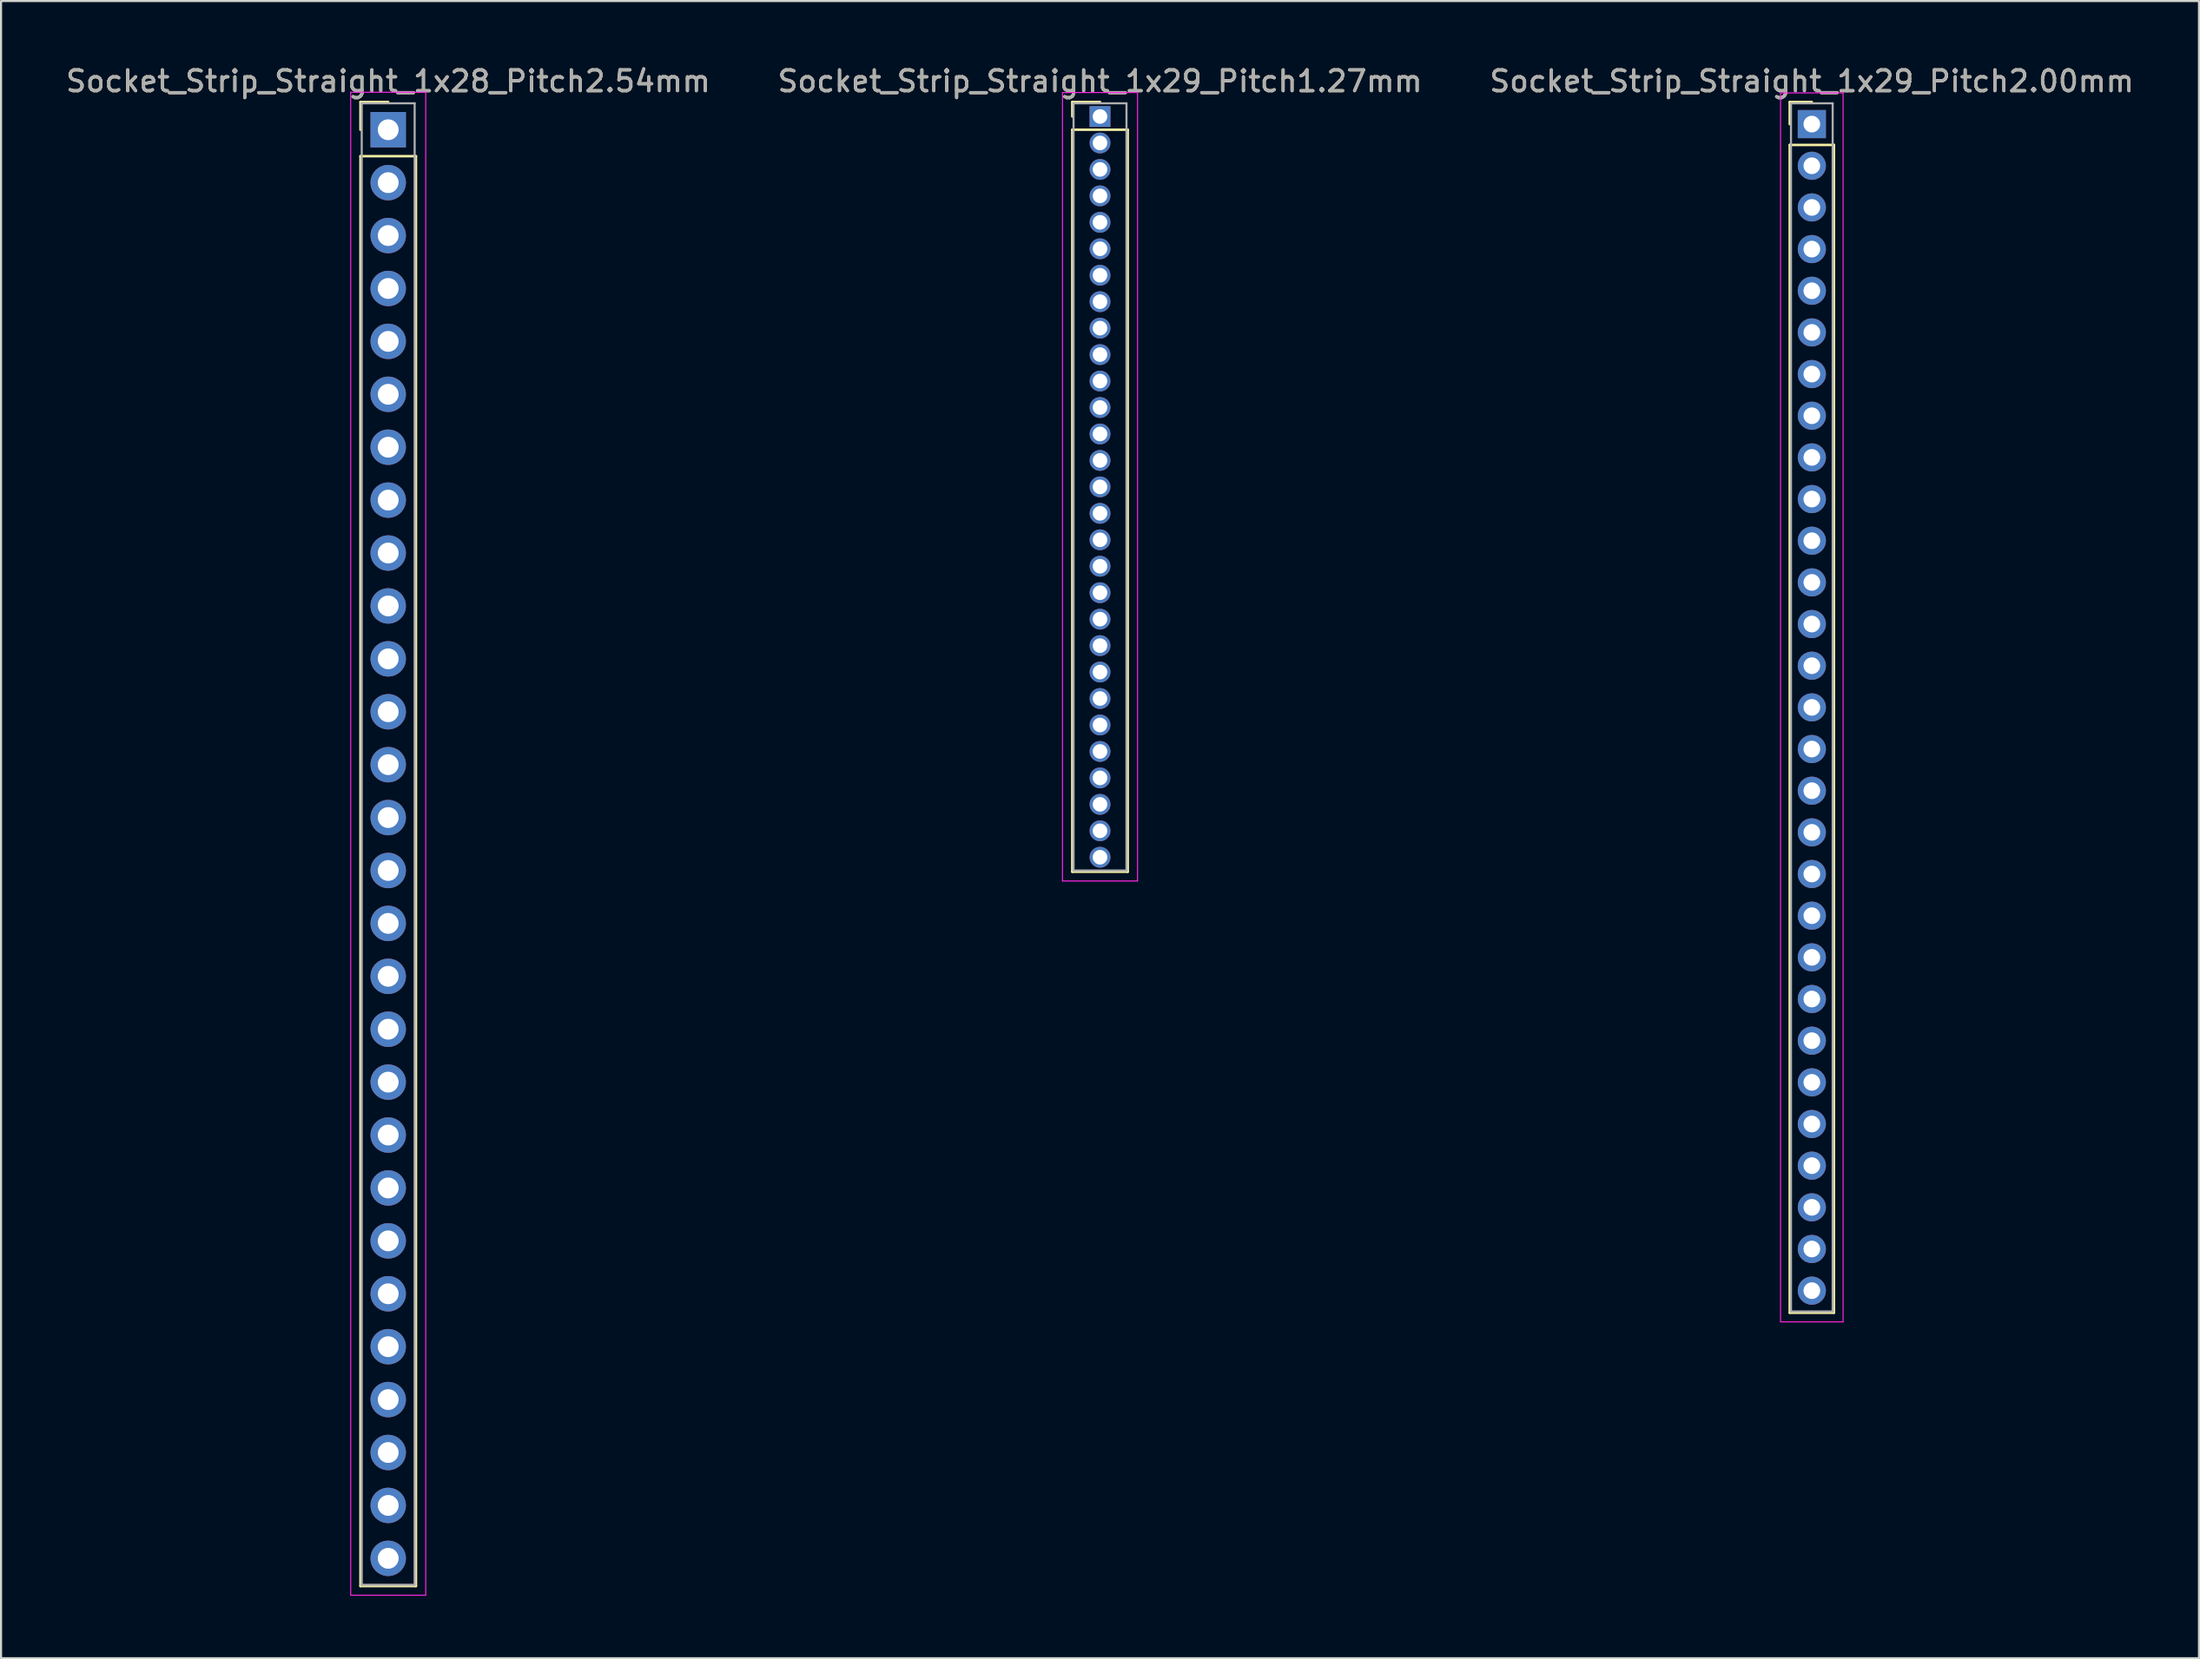
<source format=kicad_pcb>
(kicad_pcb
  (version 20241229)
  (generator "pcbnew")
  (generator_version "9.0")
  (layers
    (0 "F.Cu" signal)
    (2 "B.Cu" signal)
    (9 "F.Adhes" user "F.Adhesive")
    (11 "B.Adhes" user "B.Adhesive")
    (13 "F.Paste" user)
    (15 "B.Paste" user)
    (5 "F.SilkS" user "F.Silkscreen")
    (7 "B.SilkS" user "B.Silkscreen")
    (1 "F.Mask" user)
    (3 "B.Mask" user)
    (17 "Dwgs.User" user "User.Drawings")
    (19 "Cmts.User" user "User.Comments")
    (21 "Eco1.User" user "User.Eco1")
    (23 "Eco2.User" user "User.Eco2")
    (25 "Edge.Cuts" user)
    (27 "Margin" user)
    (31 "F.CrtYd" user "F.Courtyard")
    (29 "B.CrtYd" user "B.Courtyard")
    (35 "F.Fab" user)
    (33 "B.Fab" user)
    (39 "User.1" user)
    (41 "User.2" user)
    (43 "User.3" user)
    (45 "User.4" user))
  (footprint "Socket_Strip_Straight_1x29_Pitch2.00mm"
    (layer "F.Cu")
    (at 83.887 2.908)
    (property "Reference" "Socket_Strip_Straight_1x29_Pitch2.00mm" (at 0 -2.06 0) (layer "F.SilkS") (effects (font (size 1 1) (thickness 0.15))))
    (attr through_hole)
    (fp_line (start -1.06 -1.06) (end 0 -1.06) (stroke (width 0.12) (type solid)) (layer "F.SilkS"))
    (fp_line (start -1.06 0) (end -1.06 -1.06) (stroke (width 0.12) (type solid)) (layer "F.SilkS"))
    (fp_line (start -1.06 1) (end -1.06 57.06) (stroke (width 0.12) (type solid)) (layer "F.SilkS"))
    (fp_line (start -1.06 57.06) (end 1.06 57.06) (stroke (width 0.12) (type solid)) (layer "F.SilkS"))
    (fp_line (start 1.06 1) (end -1.06 1) (stroke (width 0.12) (type solid)) (layer "F.SilkS"))
    (fp_line (start 1.06 57.06) (end 1.06 1) (stroke (width 0.12) (type solid)) (layer "F.SilkS"))
    (fp_line (start -1.5 -1.5) (end -1.5 57.5) (stroke (width 0.05) (type solid)) (layer "F.CrtYd"))
    (fp_line (start -1.5 57.5) (end 1.5 57.5) (stroke (width 0.05) (type solid)) (layer "F.CrtYd"))
    (fp_line (start 1.5 -1.5) (end -1.5 -1.5) (stroke (width 0.05) (type solid)) (layer "F.CrtYd"))
    (fp_line (start 1.5 57.5) (end 1.5 -1.5) (stroke (width 0.05) (type solid)) (layer "F.CrtYd"))
    (fp_line (start -1 -1) (end -1 57) (stroke (width 0.1) (type solid)) (layer "F.Fab"))
    (fp_line (start -1 57) (end 1 57) (stroke (width 0.1) (type solid)) (layer "F.Fab"))
    (fp_line (start 1 -1) (end -1 -1) (stroke (width 0.1) (type solid)) (layer "F.Fab"))
    (fp_line (start 1 57) (end 1 -1) (stroke (width 0.1) (type solid)) (layer "F.Fab"))
    (fp_text user "${REFERENCE}" (at 0 -2.06 0) (layer "F.Fab") (effects (font (size 1 1) (thickness 0.15))))
    (pad "1" thru_hole rect (at 0 0) (size 1.35 1.35) (drill 0.8) (layers "*.Cu" "*.Mask"))
    (pad "2" thru_hole oval (at 0 2) (size 1.35 1.35) (drill 0.8) (layers "*.Cu" "*.Mask"))
    (pad "3" thru_hole oval (at 0 4) (size 1.35 1.35) (drill 0.8) (layers "*.Cu" "*.Mask"))
    (pad "4" thru_hole oval (at 0 6) (size 1.35 1.35) (drill 0.8) (layers "*.Cu" "*.Mask"))
    (pad "5" thru_hole oval (at 0 8) (size 1.35 1.35) (drill 0.8) (layers "*.Cu" "*.Mask"))
    (pad "6" thru_hole oval (at 0 10) (size 1.35 1.35) (drill 0.8) (layers "*.Cu" "*.Mask"))
    (pad "7" thru_hole oval (at 0 12) (size 1.35 1.35) (drill 0.8) (layers "*.Cu" "*.Mask"))
    (pad "8" thru_hole oval (at 0 14) (size 1.35 1.35) (drill 0.8) (layers "*.Cu" "*.Mask"))
    (pad "9" thru_hole oval (at 0 16) (size 1.35 1.35) (drill 0.8) (layers "*.Cu" "*.Mask"))
    (pad "10" thru_hole oval (at 0 18) (size 1.35 1.35) (drill 0.8) (layers "*.Cu" "*.Mask"))
    (pad "11" thru_hole oval (at 0 20) (size 1.35 1.35) (drill 0.8) (layers "*.Cu" "*.Mask"))
    (pad "12" thru_hole oval (at 0 22) (size 1.35 1.35) (drill 0.8) (layers "*.Cu" "*.Mask"))
    (pad "13" thru_hole oval (at 0 24) (size 1.35 1.35) (drill 0.8) (layers "*.Cu" "*.Mask"))
    (pad "14" thru_hole oval (at 0 26) (size 1.35 1.35) (drill 0.8) (layers "*.Cu" "*.Mask"))
    (pad "15" thru_hole oval (at 0 28) (size 1.35 1.35) (drill 0.8) (layers "*.Cu" "*.Mask"))
    (pad "16" thru_hole oval (at 0 30) (size 1.35 1.35) (drill 0.8) (layers "*.Cu" "*.Mask"))
    (pad "17" thru_hole oval (at 0 32) (size 1.35 1.35) (drill 0.8) (layers "*.Cu" "*.Mask"))
    (pad "18" thru_hole oval (at 0 34) (size 1.35 1.35) (drill 0.8) (layers "*.Cu" "*.Mask"))
    (pad "19" thru_hole oval (at 0 36) (size 1.35 1.35) (drill 0.8) (layers "*.Cu" "*.Mask"))
    (pad "20" thru_hole oval (at 0 38) (size 1.35 1.35) (drill 0.8) (layers "*.Cu" "*.Mask"))
    (pad "21" thru_hole oval (at 0 40) (size 1.35 1.35) (drill 0.8) (layers "*.Cu" "*.Mask"))
    (pad "22" thru_hole oval (at 0 42) (size 1.35 1.35) (drill 0.8) (layers "*.Cu" "*.Mask"))
    (pad "23" thru_hole oval (at 0 44) (size 1.35 1.35) (drill 0.8) (layers "*.Cu" "*.Mask"))
    (pad "24" thru_hole oval (at 0 46) (size 1.35 1.35) (drill 0.8) (layers "*.Cu" "*.Mask"))
    (pad "25" thru_hole oval (at 0 48) (size 1.35 1.35) (drill 0.8) (layers "*.Cu" "*.Mask"))
    (pad "26" thru_hole oval (at 0 50) (size 1.35 1.35) (drill 0.8) (layers "*.Cu" "*.Mask"))
    (pad "27" thru_hole oval (at 0 52) (size 1.35 1.35) (drill 0.8) (layers "*.Cu" "*.Mask"))
    (pad "28" thru_hole oval (at 0 54) (size 1.35 1.35) (drill 0.8) (layers "*.Cu" "*.Mask"))
    (pad "29" thru_hole oval (at 0 56) (size 1.35 1.35) (drill 0.8) (layers "*.Cu" "*.Mask")))
  (footprint "Socket_Strip_Straight_1x28_Pitch2.54mm"
    (layer "F.Cu")
    (at 15.577 3.178)
    (property "Reference" "Socket_Strip_Straight_1x28_Pitch2.54mm" (at 0 -2.33 0) (layer "F.SilkS") (effects (font (size 1 1) (thickness 0.15))))
    (attr through_hole)
    (fp_line (start -1.33 -1.33) (end 0 -1.33) (stroke (width 0.12) (type solid)) (layer "F.SilkS"))
    (fp_line (start -1.33 0) (end -1.33 -1.33) (stroke (width 0.12) (type solid)) (layer "F.SilkS"))
    (fp_line (start -1.33 1.27) (end -1.33 69.91) (stroke (width 0.12) (type solid)) (layer "F.SilkS"))
    (fp_line (start -1.33 69.91) (end 1.33 69.91) (stroke (width 0.12) (type solid)) (layer "F.SilkS"))
    (fp_line (start 1.33 1.27) (end -1.33 1.27) (stroke (width 0.12) (type solid)) (layer "F.SilkS"))
    (fp_line (start 1.33 69.91) (end 1.33 1.27) (stroke (width 0.12) (type solid)) (layer "F.SilkS"))
    (fp_line (start -1.8 -1.8) (end -1.8 70.35) (stroke (width 0.05) (type solid)) (layer "F.CrtYd"))
    (fp_line (start -1.8 70.35) (end 1.8 70.35) (stroke (width 0.05) (type solid)) (layer "F.CrtYd"))
    (fp_line (start 1.8 -1.8) (end -1.8 -1.8) (stroke (width 0.05) (type solid)) (layer "F.CrtYd"))
    (fp_line (start 1.8 70.35) (end 1.8 -1.8) (stroke (width 0.05) (type solid)) (layer "F.CrtYd"))
    (fp_line (start -1.27 -1.27) (end -1.27 69.85) (stroke (width 0.1) (type solid)) (layer "F.Fab"))
    (fp_line (start -1.27 69.85) (end 1.27 69.85) (stroke (width 0.1) (type solid)) (layer "F.Fab"))
    (fp_line (start 1.27 -1.27) (end -1.27 -1.27) (stroke (width 0.1) (type solid)) (layer "F.Fab"))
    (fp_line (start 1.27 69.85) (end 1.27 -1.27) (stroke (width 0.1) (type solid)) (layer "F.Fab"))
    (fp_text user "${REFERENCE}" (at 0 -2.33 0) (layer "F.Fab") (effects (font (size 1 1) (thickness 0.15))))
    (pad "1" thru_hole rect (at 0 0) (size 1.7 1.7) (drill 1) (layers "*.Cu" "*.Mask"))
    (pad "2" thru_hole oval (at 0 2.54) (size 1.7 1.7) (drill 1) (layers "*.Cu" "*.Mask"))
    (pad "3" thru_hole oval (at 0 5.08) (size 1.7 1.7) (drill 1) (layers "*.Cu" "*.Mask"))
    (pad "4" thru_hole oval (at 0 7.62) (size 1.7 1.7) (drill 1) (layers "*.Cu" "*.Mask"))
    (pad "5" thru_hole oval (at 0 10.16) (size 1.7 1.7) (drill 1) (layers "*.Cu" "*.Mask"))
    (pad "6" thru_hole oval (at 0 12.7) (size 1.7 1.7) (drill 1) (layers "*.Cu" "*.Mask"))
    (pad "7" thru_hole oval (at 0 15.24) (size 1.7 1.7) (drill 1) (layers "*.Cu" "*.Mask"))
    (pad "8" thru_hole oval (at 0 17.78) (size 1.7 1.7) (drill 1) (layers "*.Cu" "*.Mask"))
    (pad "9" thru_hole oval (at 0 20.32) (size 1.7 1.7) (drill 1) (layers "*.Cu" "*.Mask"))
    (pad "10" thru_hole oval (at 0 22.86) (size 1.7 1.7) (drill 1) (layers "*.Cu" "*.Mask"))
    (pad "11" thru_hole oval (at 0 25.4) (size 1.7 1.7) (drill 1) (layers "*.Cu" "*.Mask"))
    (pad "12" thru_hole oval (at 0 27.94) (size 1.7 1.7) (drill 1) (layers "*.Cu" "*.Mask"))
    (pad "13" thru_hole oval (at 0 30.48) (size 1.7 1.7) (drill 1) (layers "*.Cu" "*.Mask"))
    (pad "14" thru_hole oval (at 0 33.02) (size 1.7 1.7) (drill 1) (layers "*.Cu" "*.Mask"))
    (pad "15" thru_hole oval (at 0 35.56) (size 1.7 1.7) (drill 1) (layers "*.Cu" "*.Mask"))
    (pad "16" thru_hole oval (at 0 38.1) (size 1.7 1.7) (drill 1) (layers "*.Cu" "*.Mask"))
    (pad "17" thru_hole oval (at 0 40.64) (size 1.7 1.7) (drill 1) (layers "*.Cu" "*.Mask"))
    (pad "18" thru_hole oval (at 0 43.18) (size 1.7 1.7) (drill 1) (layers "*.Cu" "*.Mask"))
    (pad "19" thru_hole oval (at 0 45.72) (size 1.7 1.7) (drill 1) (layers "*.Cu" "*.Mask"))
    (pad "20" thru_hole oval (at 0 48.26) (size 1.7 1.7) (drill 1) (layers "*.Cu" "*.Mask"))
    (pad "21" thru_hole oval (at 0 50.8) (size 1.7 1.7) (drill 1) (layers "*.Cu" "*.Mask"))
    (pad "22" thru_hole oval (at 0 53.34) (size 1.7 1.7) (drill 1) (layers "*.Cu" "*.Mask"))
    (pad "23" thru_hole oval (at 0 55.88) (size 1.7 1.7) (drill 1) (layers "*.Cu" "*.Mask"))
    (pad "24" thru_hole oval (at 0 58.42) (size 1.7 1.7) (drill 1) (layers "*.Cu" "*.Mask"))
    (pad "25" thru_hole oval (at 0 60.96) (size 1.7 1.7) (drill 1) (layers "*.Cu" "*.Mask"))
    (pad "26" thru_hole oval (at 0 63.5) (size 1.7 1.7) (drill 1) (layers "*.Cu" "*.Mask"))
    (pad "27" thru_hole oval (at 0 66.04) (size 1.7 1.7) (drill 1) (layers "*.Cu" "*.Mask"))
    (pad "28" thru_hole oval (at 0 68.58) (size 1.7 1.7) (drill 1) (layers "*.Cu" "*.Mask")))
  (footprint "Socket_Strip_Straight_1x29_Pitch1.27mm"
    (layer "F.Cu")
    (at 49.732 2.543)
    (property "Reference" "Socket_Strip_Straight_1x29_Pitch1.27mm" (at 0 -1.695 0) (layer "F.SilkS") (effects (font (size 1 1) (thickness 0.15))))
    (attr through_hole)
    (fp_line (start -1.33 -0.695) (end 0 -0.695) (stroke (width 0.12) (type solid)) (layer "F.SilkS"))
    (fp_line (start -1.33 0) (end -1.33 -0.695) (stroke (width 0.12) (type solid)) (layer "F.SilkS"))
    (fp_line (start -1.33 0.635) (end -1.33 36.255) (stroke (width 0.12) (type solid)) (layer "F.SilkS"))
    (fp_line (start -1.33 36.255) (end 1.33 36.255) (stroke (width 0.12) (type solid)) (layer "F.SilkS"))
    (fp_line (start 1.33 0.635) (end -1.33 0.635) (stroke (width 0.12) (type solid)) (layer "F.SilkS"))
    (fp_line (start 1.33 36.255) (end 1.33 0.635) (stroke (width 0.12) (type solid)) (layer "F.SilkS"))
    (fp_line (start -1.8 -1.15) (end -1.8 36.7) (stroke (width 0.05) (type solid)) (layer "F.CrtYd"))
    (fp_line (start -1.8 36.7) (end 1.8 36.7) (stroke (width 0.05) (type solid)) (layer "F.CrtYd"))
    (fp_line (start 1.8 -1.15) (end -1.8 -1.15) (stroke (width 0.05) (type solid)) (layer "F.CrtYd"))
    (fp_line (start 1.8 36.7) (end 1.8 -1.15) (stroke (width 0.05) (type solid)) (layer "F.CrtYd"))
    (fp_line (start -1.27 -0.635) (end -1.27 36.195) (stroke (width 0.1) (type solid)) (layer "F.Fab"))
    (fp_line (start -1.27 36.195) (end 1.27 36.195) (stroke (width 0.1) (type solid)) (layer "F.Fab"))
    (fp_line (start 1.27 -0.635) (end -1.27 -0.635) (stroke (width 0.1) (type solid)) (layer "F.Fab"))
    (fp_line (start 1.27 36.195) (end 1.27 -0.635) (stroke (width 0.1) (type solid)) (layer "F.Fab"))
    (fp_text user "${REFERENCE}" (at 0 -1.695 0) (layer "F.Fab") (effects (font (size 1 1) (thickness 0.15))))
    (pad "1" thru_hole rect (at 0 0) (size 1 1) (drill 0.7) (layers "*.Cu" "*.Mask"))
    (pad "2" thru_hole oval (at 0 1.27) (size 1 1) (drill 0.7) (layers "*.Cu" "*.Mask"))
    (pad "3" thru_hole oval (at 0 2.54) (size 1 1) (drill 0.7) (layers "*.Cu" "*.Mask"))
    (pad "4" thru_hole oval (at 0 3.81) (size 1 1) (drill 0.7) (layers "*.Cu" "*.Mask"))
    (pad "5" thru_hole oval (at 0 5.08) (size 1 1) (drill 0.7) (layers "*.Cu" "*.Mask"))
    (pad "6" thru_hole oval (at 0 6.35) (size 1 1) (drill 0.7) (layers "*.Cu" "*.Mask"))
    (pad "7" thru_hole oval (at 0 7.62) (size 1 1) (drill 0.7) (layers "*.Cu" "*.Mask"))
    (pad "8" thru_hole oval (at 0 8.89) (size 1 1) (drill 0.7) (layers "*.Cu" "*.Mask"))
    (pad "9" thru_hole oval (at 0 10.16) (size 1 1) (drill 0.7) (layers "*.Cu" "*.Mask"))
    (pad "10" thru_hole oval (at 0 11.43) (size 1 1) (drill 0.7) (layers "*.Cu" "*.Mask"))
    (pad "11" thru_hole oval (at 0 12.7) (size 1 1) (drill 0.7) (layers "*.Cu" "*.Mask"))
    (pad "12" thru_hole oval (at 0 13.97) (size 1 1) (drill 0.7) (layers "*.Cu" "*.Mask"))
    (pad "13" thru_hole oval (at 0 15.24) (size 1 1) (drill 0.7) (layers "*.Cu" "*.Mask"))
    (pad "14" thru_hole oval (at 0 16.51) (size 1 1) (drill 0.7) (layers "*.Cu" "*.Mask"))
    (pad "15" thru_hole oval (at 0 17.78) (size 1 1) (drill 0.7) (layers "*.Cu" "*.Mask"))
    (pad "16" thru_hole oval (at 0 19.05) (size 1 1) (drill 0.7) (layers "*.Cu" "*.Mask"))
    (pad "17" thru_hole oval (at 0 20.32) (size 1 1) (drill 0.7) (layers "*.Cu" "*.Mask"))
    (pad "18" thru_hole oval (at 0 21.59) (size 1 1) (drill 0.7) (layers "*.Cu" "*.Mask"))
    (pad "19" thru_hole oval (at 0 22.86) (size 1 1) (drill 0.7) (layers "*.Cu" "*.Mask"))
    (pad "20" thru_hole oval (at 0 24.13) (size 1 1) (drill 0.7) (layers "*.Cu" "*.Mask"))
    (pad "21" thru_hole oval (at 0 25.4) (size 1 1) (drill 0.7) (layers "*.Cu" "*.Mask"))
    (pad "22" thru_hole oval (at 0 26.67) (size 1 1) (drill 0.7) (layers "*.Cu" "*.Mask"))
    (pad "23" thru_hole oval (at 0 27.94) (size 1 1) (drill 0.7) (layers "*.Cu" "*.Mask"))
    (pad "24" thru_hole oval (at 0 29.21) (size 1 1) (drill 0.7) (layers "*.Cu" "*.Mask"))
    (pad "25" thru_hole oval (at 0 30.48) (size 1 1) (drill 0.7) (layers "*.Cu" "*.Mask"))
    (pad "26" thru_hole oval (at 0 31.75) (size 1 1) (drill 0.7) (layers "*.Cu" "*.Mask"))
    (pad "27" thru_hole oval (at 0 33.02) (size 1 1) (drill 0.7) (layers "*.Cu" "*.Mask"))
    (pad "28" thru_hole oval (at 0 34.29) (size 1 1) (drill 0.7) (layers "*.Cu" "*.Mask"))
    (pad "29" thru_hole oval (at 0 35.56) (size 1 1) (drill 0.7) (layers "*.Cu" "*.Mask")))
  (gr_rect
    (start -3 -3)
    (end 102.464 76.553)
    (stroke (width 0.1) (type default))
    (fill no)
    (layer "Edge.Cuts")))
</source>
